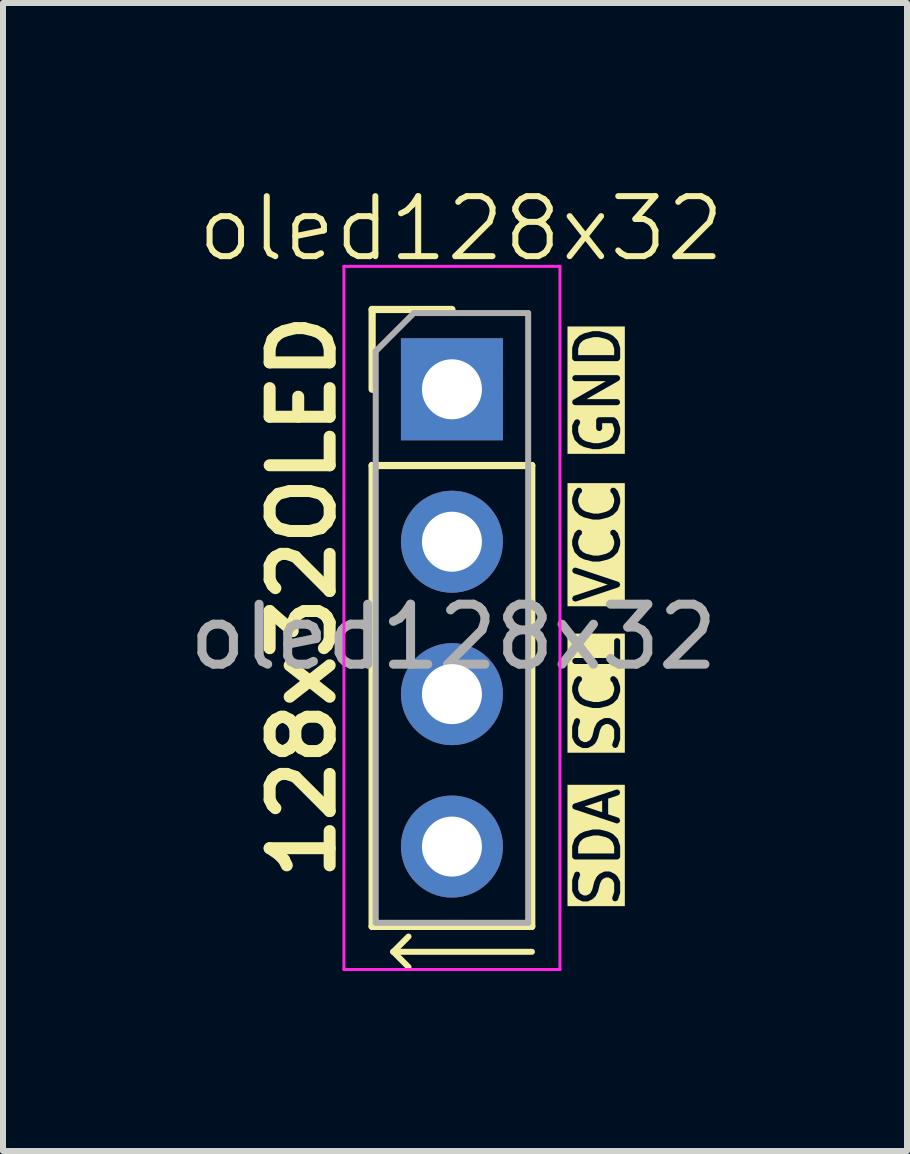
<source format=kicad_pcb>
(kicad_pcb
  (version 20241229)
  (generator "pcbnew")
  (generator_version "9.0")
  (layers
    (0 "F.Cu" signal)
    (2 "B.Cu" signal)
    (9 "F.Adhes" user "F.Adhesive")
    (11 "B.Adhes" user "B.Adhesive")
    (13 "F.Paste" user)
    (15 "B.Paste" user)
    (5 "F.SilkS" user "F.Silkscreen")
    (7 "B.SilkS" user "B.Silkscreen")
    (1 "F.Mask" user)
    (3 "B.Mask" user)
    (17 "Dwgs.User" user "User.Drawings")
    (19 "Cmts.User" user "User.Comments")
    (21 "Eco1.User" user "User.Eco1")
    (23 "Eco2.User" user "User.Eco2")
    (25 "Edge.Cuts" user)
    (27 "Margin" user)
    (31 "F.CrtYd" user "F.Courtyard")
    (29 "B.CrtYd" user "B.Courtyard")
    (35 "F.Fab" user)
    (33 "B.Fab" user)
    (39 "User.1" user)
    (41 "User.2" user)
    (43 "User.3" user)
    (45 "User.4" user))
  (footprint "oled128x32"
    (layer "F.Cu")
    (at 4.506 5.063)
    (property "Reference" "oled128x32" (at 0.127 -4.302 0) (unlocked yes) (layer "F.SilkS") (effects (font (size 1 1) (thickness 0.1))))
    (attr through_hole)
    (fp_line (start -1.355 -2.956) (end -0.025 -2.956) (stroke (width 0.12) (type solid)) (layer "F.SilkS"))
    (fp_line (start -1.355 -1.626) (end -1.355 -2.956) (stroke (width 0.12) (type solid)) (layer "F.SilkS"))
    (fp_line (start -1.355 -0.356) (end -1.355 7.324) (stroke (width 0.12) (type solid)) (layer "F.SilkS"))
    (fp_line (start -1.355 -0.356) (end 1.305 -0.356) (stroke (width 0.12) (type solid)) (layer "F.SilkS"))
    (fp_line (start -1.355 7.324) (end 1.305 7.324) (stroke (width 0.12) (type solid)) (layer "F.SilkS"))
    (fp_line (start -1.003 7.747) (end -0.749 7.493) (stroke (width 0.1) (type default)) (layer "F.SilkS"))
    (fp_line (start -1.003 7.747) (end 1.308 7.747) (stroke (width 0.1) (type default)) (layer "F.SilkS"))
    (fp_line (start -0.749 8.001) (end -1.003 7.747) (stroke (width 0.1) (type default)) (layer "F.SilkS"))
    (fp_line (start 1.305 -0.356) (end 1.305 7.324) (stroke (width 0.12) (type solid)) (layer "F.SilkS"))
    (fp_line (start -1.825 -3.674) (end -1.825 8.042) (stroke (width 0.05) (type default)) (layer "F.CrtYd"))
    (fp_line (start 1.775 -3.674) (end -1.825 -3.674) (stroke (width 0.05) (type solid)) (layer "F.CrtYd"))
    (fp_line (start 1.775 -3.674) (end 1.775 8.042) (stroke (width 0.05) (type default)) (layer "F.CrtYd"))
    (fp_line (start 1.775 8.042) (end -1.825 8.042) (stroke (width 0.05) (type solid)) (layer "F.CrtYd"))
    (fp_line (start -1.295 -2.261) (end -0.66 -2.896) (stroke (width 0.1) (type solid)) (layer "F.Fab"))
    (fp_line (start -1.295 7.264) (end -1.295 -2.261) (stroke (width 0.1) (type solid)) (layer "F.Fab"))
    (fp_line (start -0.66 -2.896) (end 1.245 -2.896) (stroke (width 0.1) (type solid)) (layer "F.Fab"))
    (fp_line (start 1.245 -2.896) (end 1.245 7.264) (stroke (width 0.1) (type solid)) (layer "F.Fab"))
    (fp_line (start 1.245 7.264) (end -1.295 7.264) (stroke (width 0.1) (type solid)) (layer "F.Fab"))
    (fp_text user "GND" (at 2.819 -0.479 90) (unlocked yes) (layer "F.SilkS" knockout) (effects (font (size 0.7 0.7) (thickness 0.1)) (justify left bottom)))
    (fp_text user "SDA" (at 2.819 7.058 90) (unlocked yes) (layer "F.SilkS" knockout) (effects (font (size 0.7 0.7) (thickness 0.1)) (justify left bottom)))
    (fp_text user "VCC" (at 2.819 1.994 90) (unlocked yes) (layer "F.SilkS" knockout) (effects (font (size 0.7 0.7) (thickness 0.1)) (justify left bottom)))
    (fp_text user "SCL" (at 2.819 4.501 90) (unlocked yes) (layer "F.SilkS" knockout) (effects (font (size 0.7 0.7) (thickness 0.1)) (justify left bottom)))
    (fp_text user "128x32OLED" (at -1.93 6.629 90) (unlocked yes) (layer "F.SilkS") (effects (font (size 1 1) (thickness 0.2) (bold yes)) (justify left bottom)))
    (fp_text user "${REFERENCE}" (at 0 2.5 0) (unlocked yes) (layer "F.Fab") (effects (font (size 1 1) (thickness 0.15))))
    (pad "1" thru_hole rect (at -0.025 -1.626) (size 1.7 1.7) (drill 1) (layers "*.Cu" "*.Mask"))
    (pad "2" thru_hole oval (at -0.025 0.914) (size 1.7 1.7) (drill 1) (layers "*.Cu" "*.Mask"))
    (pad "3" thru_hole oval (at -0.025 3.454) (size 1.7 1.7) (drill 1) (layers "*.Cu" "*.Mask"))
    (pad "4" thru_hole oval (at -0.025 5.994) (size 1.7 1.7) (drill 1) (layers "*.Cu" "*.Mask")))
  (gr_rect
    (start -3 -3)
    (end 12.064 16.13)
    (stroke (width 0.1) (type default))
    (fill no)
    (layer "Edge.Cuts")))
</source>
